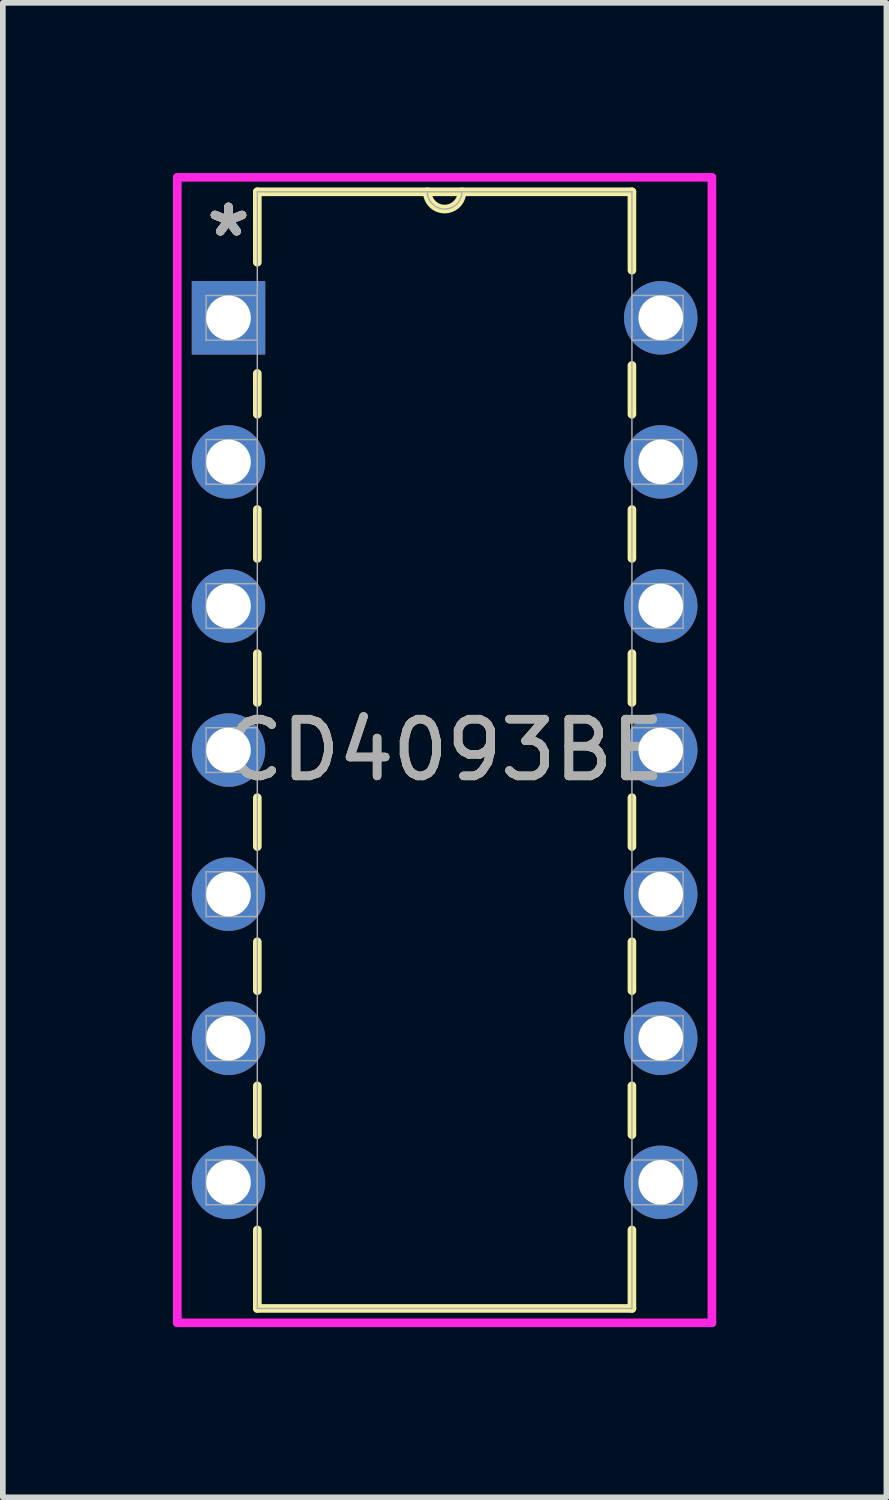
<source format=kicad_pcb>
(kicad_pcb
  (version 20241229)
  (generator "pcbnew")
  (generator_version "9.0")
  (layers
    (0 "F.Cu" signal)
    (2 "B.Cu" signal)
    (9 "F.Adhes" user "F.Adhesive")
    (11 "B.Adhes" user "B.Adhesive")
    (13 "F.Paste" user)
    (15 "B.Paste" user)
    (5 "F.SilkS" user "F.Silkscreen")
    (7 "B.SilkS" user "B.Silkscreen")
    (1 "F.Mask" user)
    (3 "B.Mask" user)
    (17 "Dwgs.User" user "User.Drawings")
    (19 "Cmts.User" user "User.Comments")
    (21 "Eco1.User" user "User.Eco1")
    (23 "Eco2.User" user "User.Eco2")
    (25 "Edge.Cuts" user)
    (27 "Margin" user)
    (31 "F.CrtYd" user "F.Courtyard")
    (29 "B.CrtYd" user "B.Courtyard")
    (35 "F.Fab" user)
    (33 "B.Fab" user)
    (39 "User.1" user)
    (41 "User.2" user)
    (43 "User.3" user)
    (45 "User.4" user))
  (footprint "CD4093BE"
    (layer "F.Cu")
    (at 8.598 17.793)
    (property "Reference" "CD4093BE" (at -3.81 -7.62 0) (unlocked yes) (layer "F.SilkS") (effects (font (size 1 1) (thickness 0.15))))
    (attr through_hole)
    (fp_line (start -7.112 -17.462) (end -7.112 -16.22) (stroke (width 0.152) (type solid)) (layer "F.SilkS"))
    (fp_line (start -7.112 -14.26) (end -7.112 -13.539) (stroke (width 0.152) (type solid)) (layer "F.SilkS"))
    (fp_line (start -7.112 -11.861) (end -7.112 -10.999) (stroke (width 0.152) (type solid)) (layer "F.SilkS"))
    (fp_line (start -7.112 -9.321) (end -7.112 -8.459) (stroke (width 0.152) (type solid)) (layer "F.SilkS"))
    (fp_line (start -7.112 -6.781) (end -7.112 -5.919) (stroke (width 0.152) (type solid)) (layer "F.SilkS"))
    (fp_line (start -7.112 -4.241) (end -7.112 -3.379) (stroke (width 0.152) (type solid)) (layer "F.SilkS"))
    (fp_line (start -7.112 -1.701) (end -7.112 -0.839) (stroke (width 0.152) (type solid)) (layer "F.SilkS"))
    (fp_line (start -7.112 0.839) (end -7.112 2.223) (stroke (width 0.152) (type solid)) (layer "F.SilkS"))
    (fp_line (start -7.112 2.223) (end -0.508 2.223) (stroke (width 0.152) (type solid)) (layer "F.SilkS"))
    (fp_line (start -0.508 -17.462) (end -7.112 -17.462) (stroke (width 0.152) (type solid)) (layer "F.SilkS"))
    (fp_line (start -0.508 -16.079) (end -0.508 -17.462) (stroke (width 0.152) (type solid)) (layer "F.SilkS"))
    (fp_line (start -0.508 -13.539) (end -0.508 -14.401) (stroke (width 0.152) (type solid)) (layer "F.SilkS"))
    (fp_line (start -0.508 -10.999) (end -0.508 -11.861) (stroke (width 0.152) (type solid)) (layer "F.SilkS"))
    (fp_line (start -0.508 -8.459) (end -0.508 -9.321) (stroke (width 0.152) (type solid)) (layer "F.SilkS"))
    (fp_line (start -0.508 -5.919) (end -0.508 -6.781) (stroke (width 0.152) (type solid)) (layer "F.SilkS"))
    (fp_line (start -0.508 -3.379) (end -0.508 -4.241) (stroke (width 0.152) (type solid)) (layer "F.SilkS"))
    (fp_line (start -0.508 -0.839) (end -0.508 -1.701) (stroke (width 0.152) (type solid)) (layer "F.SilkS"))
    (fp_line (start -0.508 2.223) (end -0.508 0.839) (stroke (width 0.152) (type solid)) (layer "F.SilkS"))
    (fp_arc (start -3.5052 -17.4625) (mid -3.81 -17.1577) (end -4.1148 -17.4625) (stroke (width 0.1524) (type solid)) (layer "F.SilkS"))
    (fp_line (start -8.522 -17.716) (end -8.522 2.477) (stroke (width 0.152) (type solid)) (layer "F.CrtYd"))
    (fp_line (start -8.522 2.477) (end 0.902 2.477) (stroke (width 0.152) (type solid)) (layer "F.CrtYd"))
    (fp_line (start 0.902 -17.716) (end -8.522 -17.716) (stroke (width 0.152) (type solid)) (layer "F.CrtYd"))
    (fp_line (start 0.902 2.477) (end 0.902 -17.716) (stroke (width 0.152) (type solid)) (layer "F.CrtYd"))
    (fp_line (start -8.014 -15.634) (end -8.014 -14.846) (stroke (width 0.025) (type solid)) (layer "F.Fab"))
    (fp_line (start -8.014 -14.846) (end -7.112 -14.846) (stroke (width 0.025) (type solid)) (layer "F.Fab"))
    (fp_line (start -8.014 -13.094) (end -8.014 -12.306) (stroke (width 0.025) (type solid)) (layer "F.Fab"))
    (fp_line (start -8.014 -12.306) (end -7.112 -12.306) (stroke (width 0.025) (type solid)) (layer "F.Fab"))
    (fp_line (start -8.014 -10.554) (end -8.014 -9.766) (stroke (width 0.025) (type solid)) (layer "F.Fab"))
    (fp_line (start -8.014 -9.766) (end -7.112 -9.766) (stroke (width 0.025) (type solid)) (layer "F.Fab"))
    (fp_line (start -8.014 -8.014) (end -8.014 -7.226) (stroke (width 0.025) (type solid)) (layer "F.Fab"))
    (fp_line (start -8.014 -7.226) (end -7.112 -7.226) (stroke (width 0.025) (type solid)) (layer "F.Fab"))
    (fp_line (start -8.014 -5.474) (end -8.014 -4.686) (stroke (width 0.025) (type solid)) (layer "F.Fab"))
    (fp_line (start -8.014 -4.686) (end -7.112 -4.686) (stroke (width 0.025) (type solid)) (layer "F.Fab"))
    (fp_line (start -8.014 -2.934) (end -8.014 -2.146) (stroke (width 0.025) (type solid)) (layer "F.Fab"))
    (fp_line (start -8.014 -2.146) (end -7.112 -2.146) (stroke (width 0.025) (type solid)) (layer "F.Fab"))
    (fp_line (start -8.014 -0.394) (end -8.014 0.394) (stroke (width 0.025) (type solid)) (layer "F.Fab"))
    (fp_line (start -8.014 0.394) (end -7.112 0.394) (stroke (width 0.025) (type solid)) (layer "F.Fab"))
    (fp_line (start -7.112 -17.462) (end -7.112 2.223) (stroke (width 0.025) (type solid)) (layer "F.Fab"))
    (fp_line (start -7.112 -15.634) (end -8.014 -15.634) (stroke (width 0.025) (type solid)) (layer "F.Fab"))
    (fp_line (start -7.112 -14.846) (end -7.112 -15.634) (stroke (width 0.025) (type solid)) (layer "F.Fab"))
    (fp_line (start -7.112 -13.094) (end -8.014 -13.094) (stroke (width 0.025) (type solid)) (layer "F.Fab"))
    (fp_line (start -7.112 -12.306) (end -7.112 -13.094) (stroke (width 0.025) (type solid)) (layer "F.Fab"))
    (fp_line (start -7.112 -10.554) (end -8.014 -10.554) (stroke (width 0.025) (type solid)) (layer "F.Fab"))
    (fp_line (start -7.112 -9.766) (end -7.112 -10.554) (stroke (width 0.025) (type solid)) (layer "F.Fab"))
    (fp_line (start -7.112 -8.014) (end -8.014 -8.014) (stroke (width 0.025) (type solid)) (layer "F.Fab"))
    (fp_line (start -7.112 -7.226) (end -7.112 -8.014) (stroke (width 0.025) (type solid)) (layer "F.Fab"))
    (fp_line (start -7.112 -5.474) (end -8.014 -5.474) (stroke (width 0.025) (type solid)) (layer "F.Fab"))
    (fp_line (start -7.112 -4.686) (end -7.112 -5.474) (stroke (width 0.025) (type solid)) (layer "F.Fab"))
    (fp_line (start -7.112 -2.934) (end -8.014 -2.934) (stroke (width 0.025) (type solid)) (layer "F.Fab"))
    (fp_line (start -7.112 -2.146) (end -7.112 -2.934) (stroke (width 0.025) (type solid)) (layer "F.Fab"))
    (fp_line (start -7.112 -0.394) (end -8.014 -0.394) (stroke (width 0.025) (type solid)) (layer "F.Fab"))
    (fp_line (start -7.112 0.394) (end -7.112 -0.394) (stroke (width 0.025) (type solid)) (layer "F.Fab"))
    (fp_line (start -7.112 2.223) (end -0.508 2.223) (stroke (width 0.025) (type solid)) (layer "F.Fab"))
    (fp_line (start -0.508 -17.462) (end -7.112 -17.462) (stroke (width 0.025) (type solid)) (layer "F.Fab"))
    (fp_line (start -0.508 -15.634) (end -0.508 -14.846) (stroke (width 0.025) (type solid)) (layer "F.Fab"))
    (fp_line (start -0.508 -14.846) (end 0.394 -14.846) (stroke (width 0.025) (type solid)) (layer "F.Fab"))
    (fp_line (start -0.508 -13.094) (end -0.508 -12.306) (stroke (width 0.025) (type solid)) (layer "F.Fab"))
    (fp_line (start -0.508 -12.306) (end 0.394 -12.306) (stroke (width 0.025) (type solid)) (layer "F.Fab"))
    (fp_line (start -0.508 -10.554) (end -0.508 -9.766) (stroke (width 0.025) (type solid)) (layer "F.Fab"))
    (fp_line (start -0.508 -9.766) (end 0.394 -9.766) (stroke (width 0.025) (type solid)) (layer "F.Fab"))
    (fp_line (start -0.508 -8.014) (end -0.508 -7.226) (stroke (width 0.025) (type solid)) (layer "F.Fab"))
    (fp_line (start -0.508 -7.226) (end 0.394 -7.226) (stroke (width 0.025) (type solid)) (layer "F.Fab"))
    (fp_line (start -0.508 -5.474) (end -0.508 -4.686) (stroke (width 0.025) (type solid)) (layer "F.Fab"))
    (fp_line (start -0.508 -4.686) (end 0.394 -4.686) (stroke (width 0.025) (type solid)) (layer "F.Fab"))
    (fp_line (start -0.508 -2.934) (end -0.508 -2.146) (stroke (width 0.025) (type solid)) (layer "F.Fab"))
    (fp_line (start -0.508 -2.146) (end 0.394 -2.146) (stroke (width 0.025) (type solid)) (layer "F.Fab"))
    (fp_line (start -0.508 -0.394) (end -0.508 0.394) (stroke (width 0.025) (type solid)) (layer "F.Fab"))
    (fp_line (start -0.508 0.394) (end 0.394 0.394) (stroke (width 0.025) (type solid)) (layer "F.Fab"))
    (fp_line (start -0.508 2.223) (end -0.508 -17.462) (stroke (width 0.025) (type solid)) (layer "F.Fab"))
    (fp_line (start 0.394 -15.634) (end -0.508 -15.634) (stroke (width 0.025) (type solid)) (layer "F.Fab"))
    (fp_line (start 0.394 -14.846) (end 0.394 -15.634) (stroke (width 0.025) (type solid)) (layer "F.Fab"))
    (fp_line (start 0.394 -13.094) (end -0.508 -13.094) (stroke (width 0.025) (type solid)) (layer "F.Fab"))
    (fp_line (start 0.394 -12.306) (end 0.394 -13.094) (stroke (width 0.025) (type solid)) (layer "F.Fab"))
    (fp_line (start 0.394 -10.554) (end -0.508 -10.554) (stroke (width 0.025) (type solid)) (layer "F.Fab"))
    (fp_line (start 0.394 -9.766) (end 0.394 -10.554) (stroke (width 0.025) (type solid)) (layer "F.Fab"))
    (fp_line (start 0.394 -8.014) (end -0.508 -8.014) (stroke (width 0.025) (type solid)) (layer "F.Fab"))
    (fp_line (start 0.394 -7.226) (end 0.394 -8.014) (stroke (width 0.025) (type solid)) (layer "F.Fab"))
    (fp_line (start 0.394 -5.474) (end -0.508 -5.474) (stroke (width 0.025) (type solid)) (layer "F.Fab"))
    (fp_line (start 0.394 -4.686) (end 0.394 -5.474) (stroke (width 0.025) (type solid)) (layer "F.Fab"))
    (fp_line (start 0.394 -2.934) (end -0.508 -2.934) (stroke (width 0.025) (type solid)) (layer "F.Fab"))
    (fp_line (start 0.394 -2.146) (end 0.394 -2.934) (stroke (width 0.025) (type solid)) (layer "F.Fab"))
    (fp_line (start 0.394 -0.394) (end -0.508 -0.394) (stroke (width 0.025) (type solid)) (layer "F.Fab"))
    (fp_line (start 0.394 0.394) (end 0.394 -0.394) (stroke (width 0.025) (type solid)) (layer "F.Fab"))
    (fp_arc (start -3.5052 -17.4625) (mid -3.81 -17.1577) (end -4.1148 -17.4625) (stroke (width 0.0254) (type solid)) (layer "F.Fab"))
    (fp_text user "*" (at -7.62 -16.65 0) (layer "F.SilkS") (effects (font (size 1 1) (thickness 0.15))))
    (fp_text user "*" (at -7.62 -16.65 0) (unlocked yes) (layer "F.SilkS") (effects (font (size 1 1) (thickness 0.15))))
    (fp_text user "${REFERENCE}" (at -3.81 -7.62 0) (unlocked yes) (layer "F.Fab") (effects (font (size 1 1) (thickness 0.15))))
    (fp_text user "*" (at -7.62 -16.65 0) (layer "F.Fab") (effects (font (size 1 1) (thickness 0.15))))
    (fp_text user "*" (at -7.62 -16.65 0) (unlocked yes) (layer "F.Fab") (effects (font (size 1 1) (thickness 0.15))))
    (pad "1" thru_hole rect (at -7.62 -15.24) (size 1.295 1.295) (drill 0.787) (layers "*.Cu" "*.Mask"))
    (pad "2" thru_hole circle (at -7.62 -12.7) (size 1.295 1.295) (drill 0.787) (layers "*.Cu" "*.Mask"))
    (pad "3" thru_hole circle (at -7.62 -10.16) (size 1.295 1.295) (drill 0.787) (layers "*.Cu" "*.Mask"))
    (pad "4" thru_hole circle (at -7.62 -7.62) (size 1.295 1.295) (drill 0.787) (layers "*.Cu" "*.Mask"))
    (pad "5" thru_hole circle (at -7.62 -5.08) (size 1.295 1.295) (drill 0.787) (layers "*.Cu" "*.Mask"))
    (pad "6" thru_hole circle (at -7.62 -2.54) (size 1.295 1.295) (drill 0.787) (layers "*.Cu" "*.Mask"))
    (pad "7" thru_hole circle (at -7.62 0) (size 1.295 1.295) (drill 0.787) (layers "*.Cu" "*.Mask"))
    (pad "8" thru_hole circle (at 0 0) (size 1.295 1.295) (drill 0.787) (layers "*.Cu" "*.Mask"))
    (pad "9" thru_hole circle (at 0 -2.54) (size 1.295 1.295) (drill 0.787) (layers "*.Cu" "*.Mask"))
    (pad "10" thru_hole circle (at 0 -5.08) (size 1.295 1.295) (drill 0.787) (layers "*.Cu" "*.Mask"))
    (pad "11" thru_hole circle (at 0 -7.62) (size 1.295 1.295) (drill 0.787) (layers "*.Cu" "*.Mask"))
    (pad "12" thru_hole circle (at 0 -10.16) (size 1.295 1.295) (drill 0.787) (layers "*.Cu" "*.Mask"))
    (pad "13" thru_hole circle (at 0 -12.7) (size 1.295 1.295) (drill 0.787) (layers "*.Cu" "*.Mask"))
    (pad "14" thru_hole circle (at 0 -15.24) (size 1.295 1.295) (drill 0.787) (layers "*.Cu" "*.Mask")))
  (gr_rect
    (start -3 -3)
    (end 12.576 23.345)
    (stroke (width 0.1) (type default))
    (fill no)
    (layer "Edge.Cuts")))
</source>
